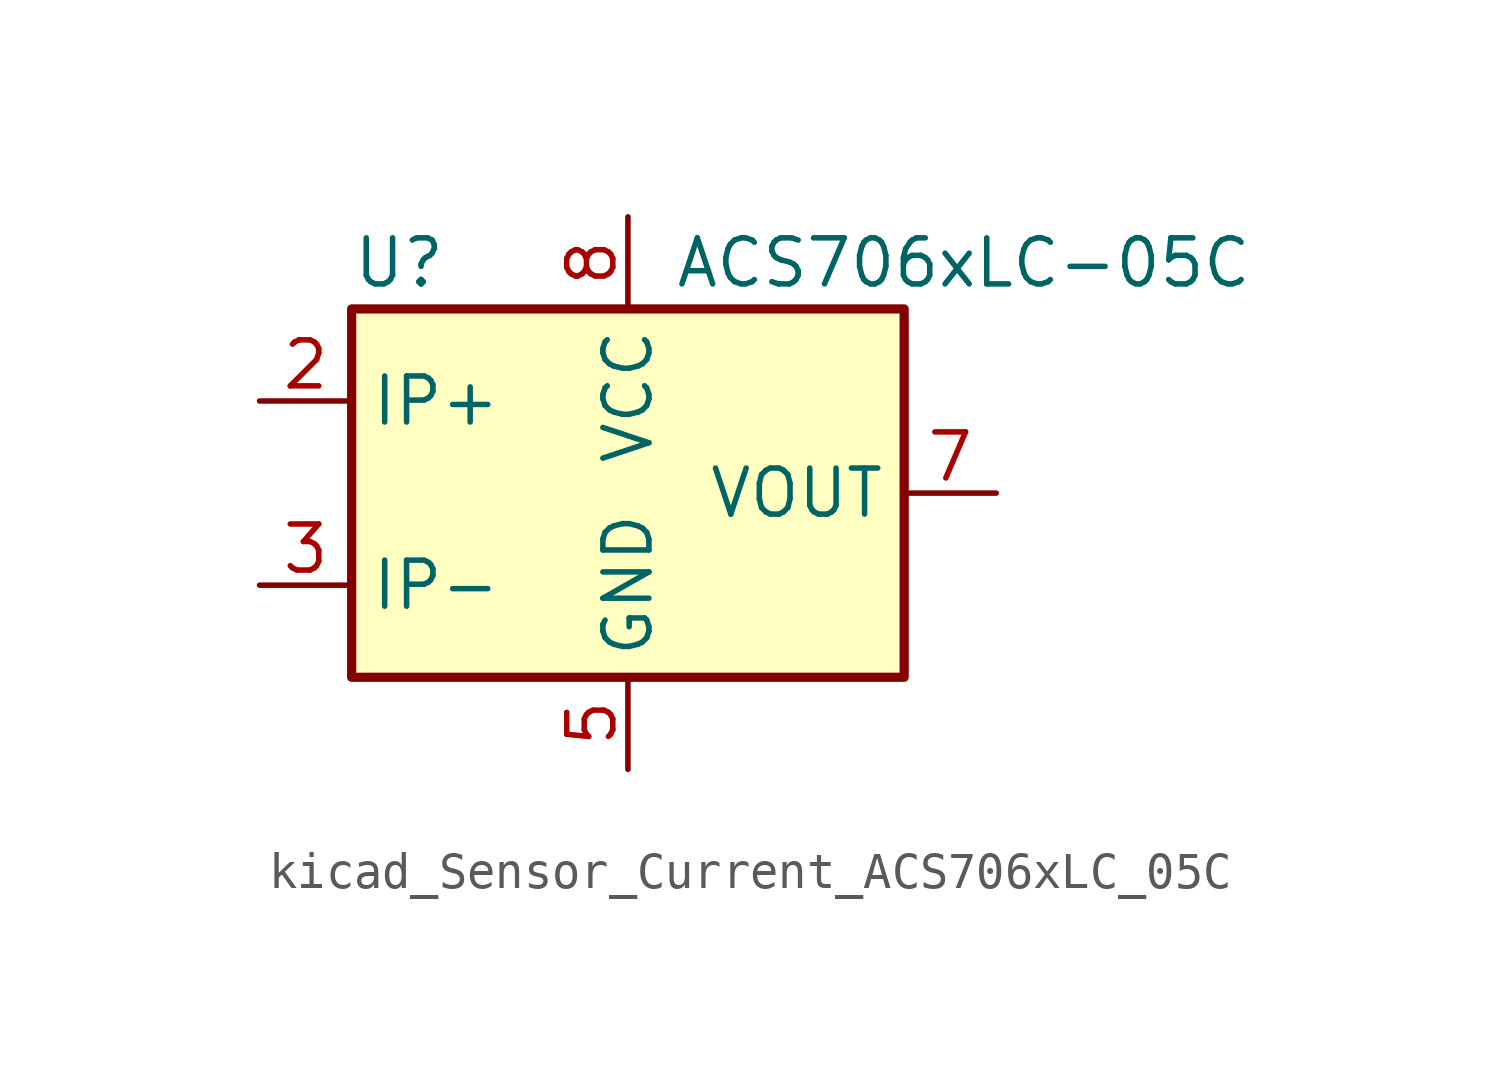
<source format=kicad_sym>
(kicad_symbol_lib
  (version 20220914)
  (generator kicad_symbol_editor)
  (symbol "kicad_Sensor_Current_ACS706xLC_05C"
    (property "Reference" "U"
      (at -7.62 6.35 0)
      (effects (font (size 1.27 1.27)) (justify left)))
    (property "Value" "ACS706xLC-05C"
      (at 1.27 6.35 0)
      (effects (font (size 1.27 1.27)) (justify left)))
    (symbol "kicad_Sensor_Current_ACS706xLC_05C_0_1"
      (rectangle (start -7.62 5.08) (end 7.62 -5.08) (stroke (width 0.254) (type default)) (fill (type background))))
    (symbol "kicad_Sensor_Current_ACS706xLC_05C_1_1"
      (pin passive line (at -10.16 2.54 0) (length 2.54) hide (name "IP+" (effects (font (size 1.27 1.27)))) (number "1" (effects (font (size 1.27 1.27)))))
      (pin passive line (at -10.16 2.54 0) (length 2.54) (name "IP+" (effects (font (size 1.27 1.27)))) (number "2" (effects (font (size 1.27 1.27)))))
      (pin passive line (at -10.16 -2.54 0) (length 2.54) (name "IP-" (effects (font (size 1.27 1.27)))) (number "3" (effects (font (size 1.27 1.27)))))
      (pin passive line (at -10.16 -2.54 0) (length 2.54) hide (name "IP-" (effects (font (size 1.27 1.27)))) (number "4" (effects (font (size 1.27 1.27)))))
      (pin power_in line (at 0 -7.62 90) (length 2.54) (name "GND" (effects (font (size 1.27 1.27)))) (number "5" (effects (font (size 1.27 1.27)))))
      (pin no_connect line (at 7.62 -2.54 180) (length 2.54) hide (name "NC" (effects (font (size 1.27 1.27)))) (number "6" (effects (font (size 1.27 1.27)))))
      (pin output line (at 10.16 0 180) (length 2.54) (name "VOUT" (effects (font (size 1.27 1.27)))) (number "7" (effects (font (size 1.27 1.27)))))
      (pin power_in line (at 0 7.62 270) (length 2.54) (name "VCC" (effects (font (size 1.27 1.27)))) (number "8" (effects (font (size 1.27 1.27))))))))
</source>
